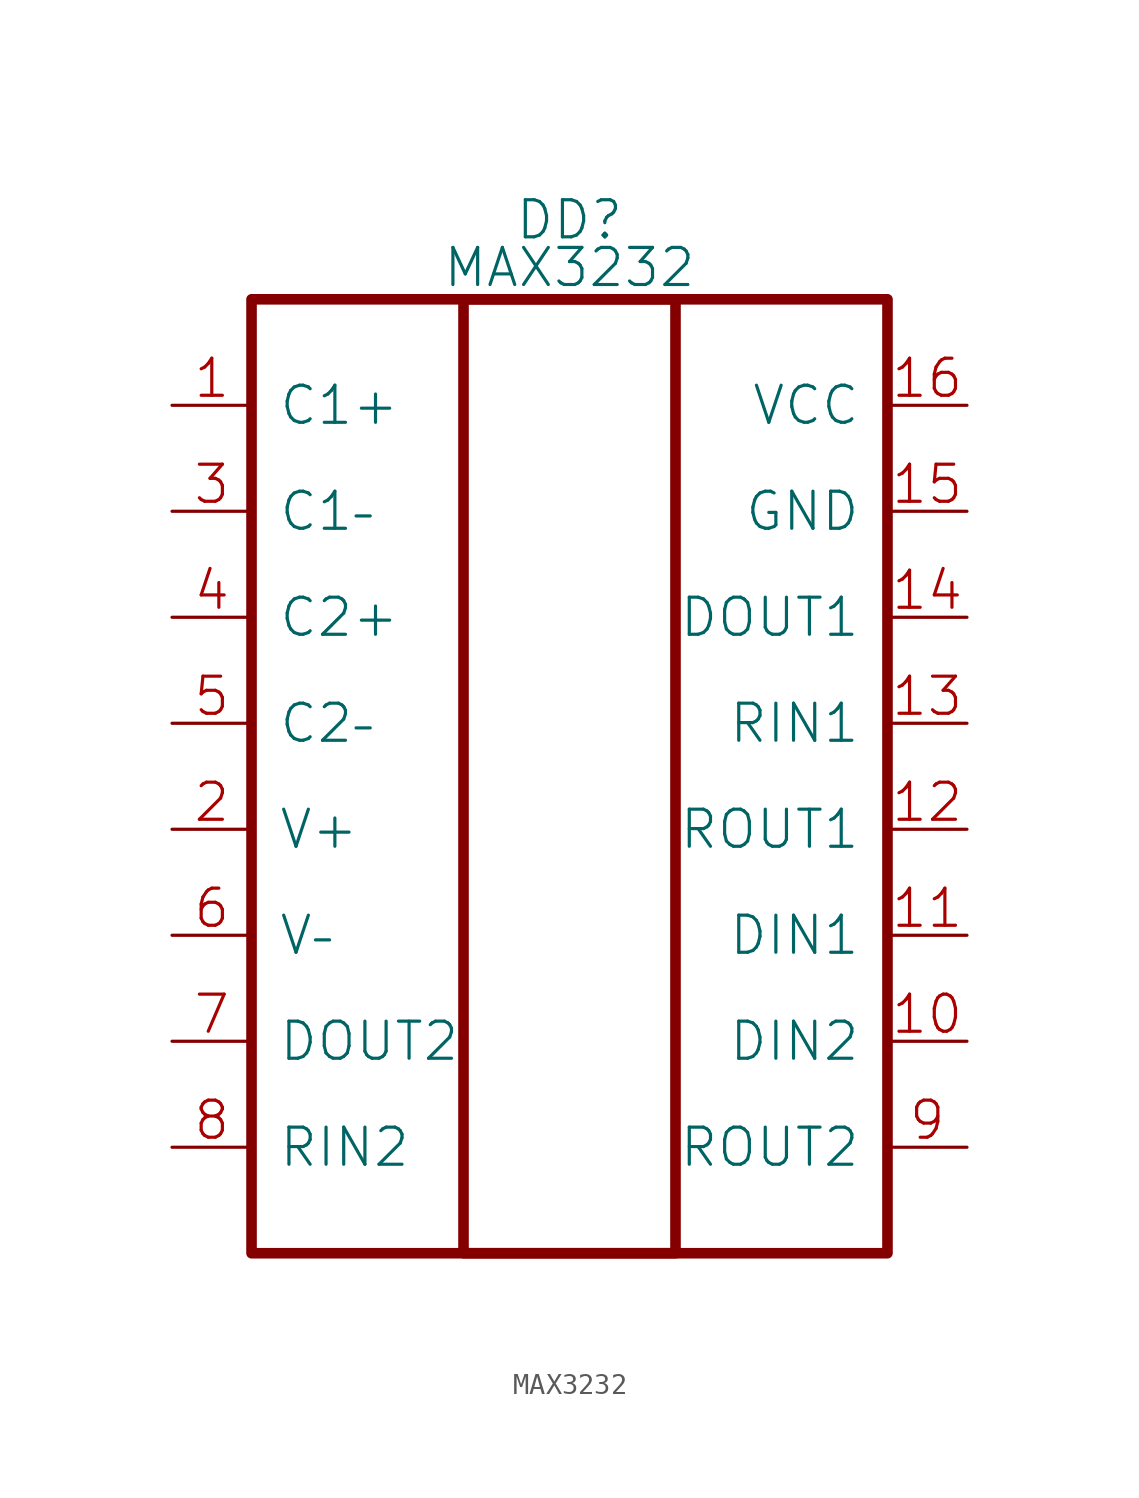
<source format=kicad_sym>
(kicad_symbol_lib
  (version 20211014)
  (generator kicad_symbol_editor)
  (symbol "MAX3232"
    (pin_names
      (offset 1.27))
    (property "Reference" "DD"
      (at 0 3.81 0)
      (effects (font (size 1.778 1.778))))
    (property "Value" "MAX3232"
      (at 0 1.524 0)
      (effects (font (size 1.778 1.778))))
    (symbol "MAX3232_0_1"
      (rectangle (start -5.08 0) (end 5.08 -45.72) (stroke (width 0.508) (type default) (color 0 0 0 0)) (fill (type none)))
      (rectangle (start 15.24 -45.72) (end -15.24 0) (stroke (width 0.508) (type default) (color 0 0 0 0)) (fill (type none))))
    (symbol "MAX3232_1_1"
      (pin unspecified line (at -19.05 -5.08 0) (length 3.81) (name "C1+" (effects (font (size 1.778 1.778)))) (number "1" (effects (font (size 1.778 1.778)))))
      (pin input line (at 19.05 -35.56 180) (length 3.81) (name "DIN2" (effects (font (size 1.778 1.778)))) (number "10" (effects (font (size 1.778 1.778)))))
      (pin input line (at 19.05 -30.48 180) (length 3.81) (name "DIN1" (effects (font (size 1.778 1.778)))) (number "11" (effects (font (size 1.778 1.778)))))
      (pin output line (at 19.05 -25.4 180) (length 3.81) (name "ROUT1" (effects (font (size 1.778 1.778)))) (number "12" (effects (font (size 1.778 1.778)))))
      (pin input line (at 19.05 -20.32 180) (length 3.81) (name "RIN1" (effects (font (size 1.778 1.778)))) (number "13" (effects (font (size 1.778 1.778)))))
      (pin output line (at 19.05 -15.24 180) (length 3.81) (name "DOUT1" (effects (font (size 1.778 1.778)))) (number "14" (effects (font (size 1.778 1.778)))))
      (pin power_in line (at 19.05 -10.16 180) (length 3.81) (name "GND" (effects (font (size 1.778 1.778)))) (number "15" (effects (font (size 1.778 1.778)))))
      (pin power_in line (at 19.05 -5.08 180) (length 3.81) (name "VCC" (effects (font (size 1.778 1.778)))) (number "16" (effects (font (size 1.778 1.778)))))
      (pin output line (at -19.05 -25.4 0) (length 3.81) (name "V+" (effects (font (size 1.778 1.778)))) (number "2" (effects (font (size 1.778 1.778)))))
      (pin unspecified line (at -19.05 -10.16 0) (length 3.81) (name "C1–" (effects (font (size 1.778 1.778)))) (number "3" (effects (font (size 1.778 1.778)))))
      (pin unspecified line (at -19.05 -15.24 0) (length 3.81) (name "C2+" (effects (font (size 1.778 1.778)))) (number "4" (effects (font (size 1.778 1.778)))))
      (pin unspecified line (at -19.05 -20.32 0) (length 3.81) (name "C2–" (effects (font (size 1.778 1.778)))) (number "5" (effects (font (size 1.778 1.778)))))
      (pin output line (at -19.05 -30.48 0) (length 3.81) (name "V–" (effects (font (size 1.778 1.778)))) (number "6" (effects (font (size 1.778 1.778)))))
      (pin output line (at -19.05 -35.56 0) (length 3.81) (name "DOUT2" (effects (font (size 1.778 1.778)))) (number "7" (effects (font (size 1.778 1.778)))))
      (pin input line (at -19.05 -40.64 0) (length 3.81) (name "RIN2" (effects (font (size 1.778 1.778)))) (number "8" (effects (font (size 1.778 1.778)))))
      (pin output line (at 19.05 -40.64 180) (length 3.81) (name "ROUT2" (effects (font (size 1.778 1.778)))) (number "9" (effects (font (size 1.778 1.778))))))))
</source>
